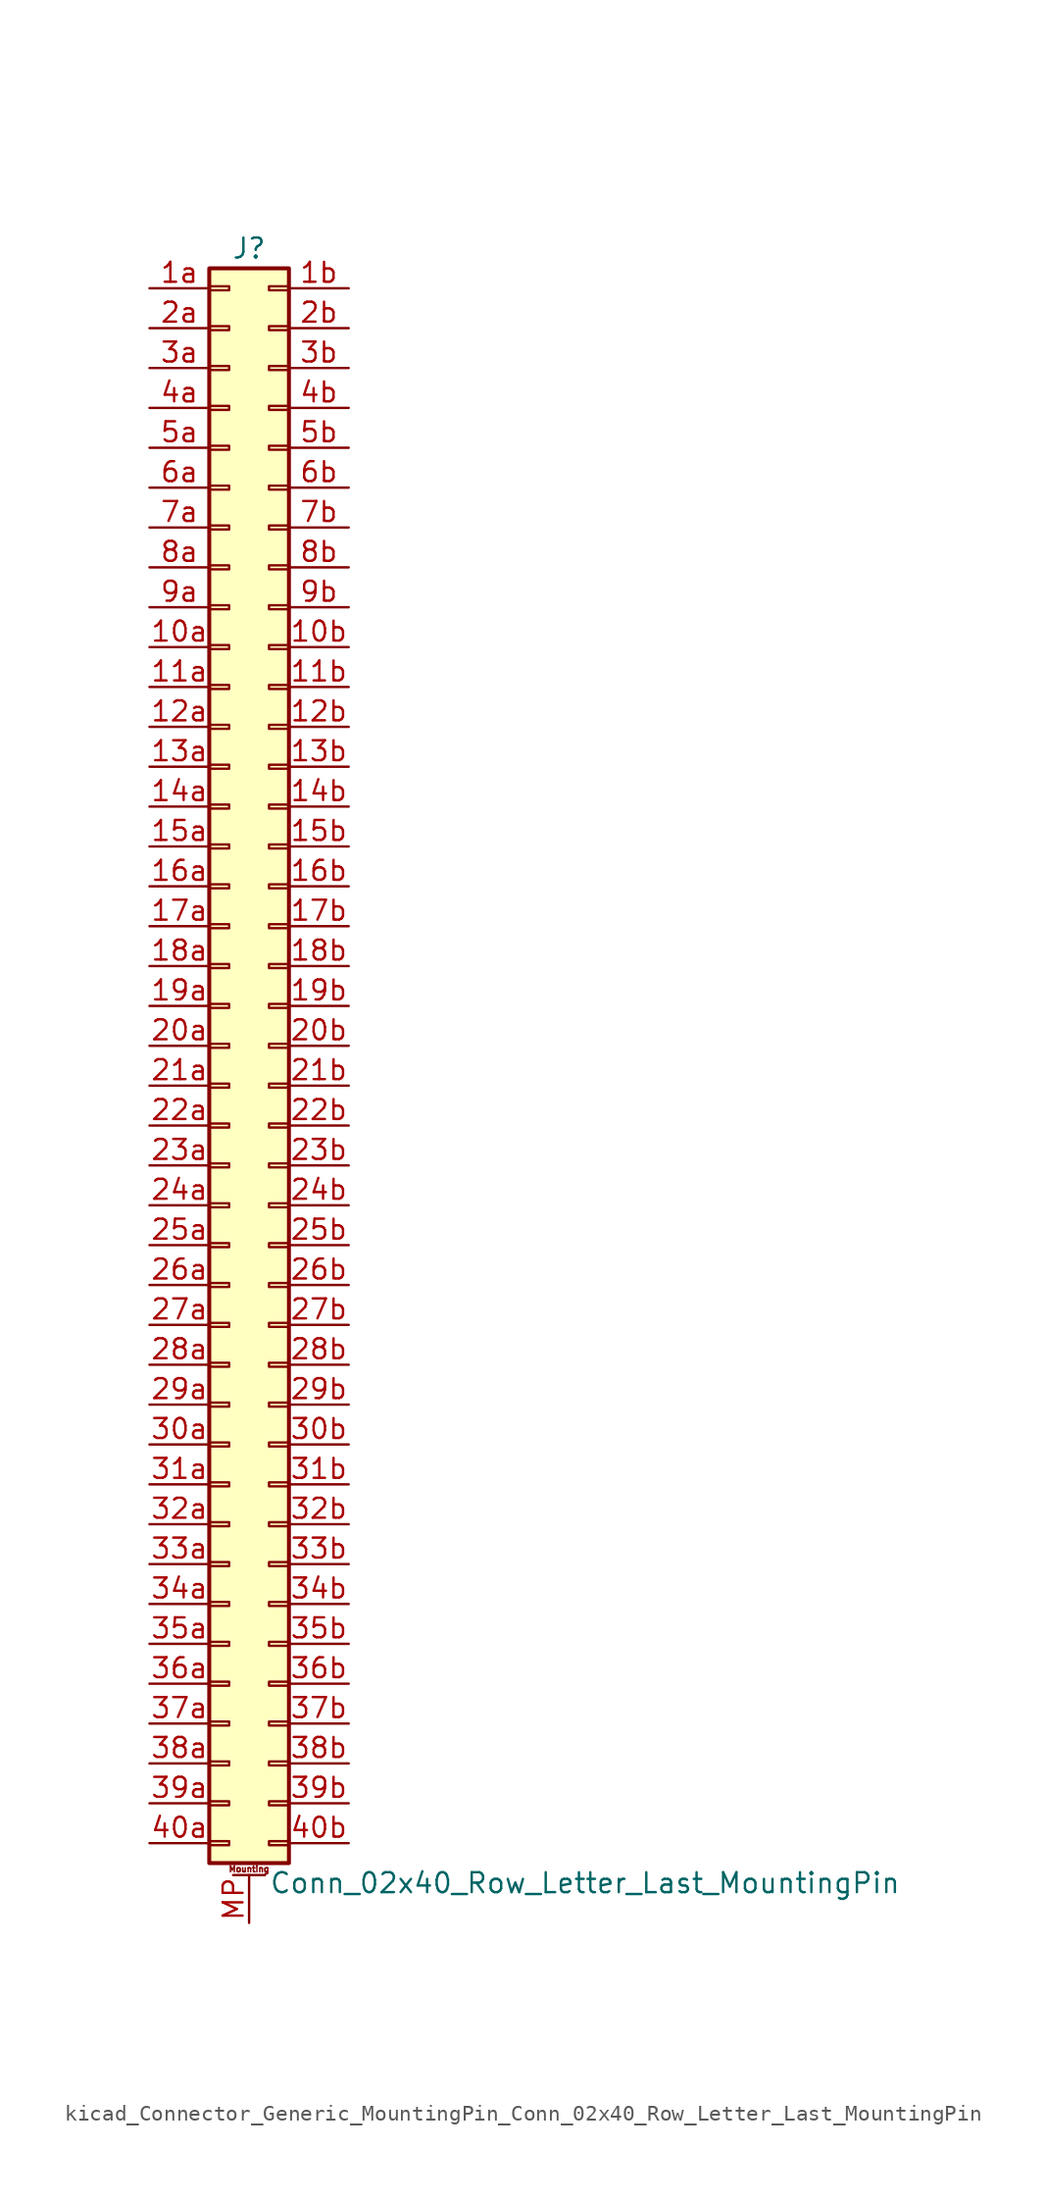
<source format=kicad_sym>
(kicad_symbol_lib
  (version 20220914)
  (generator kicad_symbol_editor)
  (symbol "kicad_Connector_Generic_MountingPin_Conn_02x40_Row_Letter_Last_MountingPin"
    (pin_names
      (offset 1.016) hide)
    (property "Reference" "J"
      (at 1.27 50.8 0)
      (effects (font (size 1.27 1.27))))
    (property "Value" "Conn_02x40_Row_Letter_Last_MountingPin"
      (at 2.54 -53.34 0)
      (effects (font (size 1.27 1.27)) (justify left)))
    (symbol "kicad_Connector_Generic_MountingPin_Conn_02x40_Row_Letter_Last_MountingPin_1_1"
      (rectangle (start -1.27 -50.673) (end 0 -50.927) (stroke (width 0.152) (type default)) (fill (type none)))
      (rectangle (start -1.27 -48.133) (end 0 -48.387) (stroke (width 0.152) (type default)) (fill (type none)))
      (rectangle (start -1.27 -45.593) (end 0 -45.847) (stroke (width 0.152) (type default)) (fill (type none)))
      (rectangle (start -1.27 -43.053) (end 0 -43.307) (stroke (width 0.152) (type default)) (fill (type none)))
      (rectangle (start -1.27 -40.513) (end 0 -40.767) (stroke (width 0.152) (type default)) (fill (type none)))
      (rectangle (start -1.27 -37.973) (end 0 -38.227) (stroke (width 0.152) (type default)) (fill (type none)))
      (rectangle (start -1.27 -35.433) (end 0 -35.687) (stroke (width 0.152) (type default)) (fill (type none)))
      (rectangle (start -1.27 -32.893) (end 0 -33.147) (stroke (width 0.152) (type default)) (fill (type none)))
      (rectangle (start -1.27 -30.353) (end 0 -30.607) (stroke (width 0.152) (type default)) (fill (type none)))
      (rectangle (start -1.27 -27.813) (end 0 -28.067) (stroke (width 0.152) (type default)) (fill (type none)))
      (rectangle (start -1.27 -25.273) (end 0 -25.527) (stroke (width 0.152) (type default)) (fill (type none)))
      (rectangle (start -1.27 -22.733) (end 0 -22.987) (stroke (width 0.152) (type default)) (fill (type none)))
      (rectangle (start -1.27 -20.193) (end 0 -20.447) (stroke (width 0.152) (type default)) (fill (type none)))
      (rectangle (start -1.27 -17.653) (end 0 -17.907) (stroke (width 0.152) (type default)) (fill (type none)))
      (rectangle (start -1.27 -15.113) (end 0 -15.367) (stroke (width 0.152) (type default)) (fill (type none)))
      (rectangle (start -1.27 -12.573) (end 0 -12.827) (stroke (width 0.152) (type default)) (fill (type none)))
      (rectangle (start -1.27 -10.033) (end 0 -10.287) (stroke (width 0.152) (type default)) (fill (type none)))
      (rectangle (start -1.27 -7.493) (end 0 -7.747) (stroke (width 0.152) (type default)) (fill (type none)))
      (rectangle (start -1.27 -4.953) (end 0 -5.207) (stroke (width 0.152) (type default)) (fill (type none)))
      (rectangle (start -1.27 -2.413) (end 0 -2.667) (stroke (width 0.152) (type default)) (fill (type none)))
      (rectangle (start -1.27 0.127) (end 0 -0.127) (stroke (width 0.152) (type default)) (fill (type none)))
      (rectangle (start -1.27 2.667) (end 0 2.413) (stroke (width 0.152) (type default)) (fill (type none)))
      (rectangle (start -1.27 5.207) (end 0 4.953) (stroke (width 0.152) (type default)) (fill (type none)))
      (rectangle (start -1.27 7.747) (end 0 7.493) (stroke (width 0.152) (type default)) (fill (type none)))
      (rectangle (start -1.27 10.287) (end 0 10.033) (stroke (width 0.152) (type default)) (fill (type none)))
      (rectangle (start -1.27 12.827) (end 0 12.573) (stroke (width 0.152) (type default)) (fill (type none)))
      (rectangle (start -1.27 15.367) (end 0 15.113) (stroke (width 0.152) (type default)) (fill (type none)))
      (rectangle (start -1.27 17.907) (end 0 17.653) (stroke (width 0.152) (type default)) (fill (type none)))
      (rectangle (start -1.27 20.447) (end 0 20.193) (stroke (width 0.152) (type default)) (fill (type none)))
      (rectangle (start -1.27 22.987) (end 0 22.733) (stroke (width 0.152) (type default)) (fill (type none)))
      (rectangle (start -1.27 25.527) (end 0 25.273) (stroke (width 0.152) (type default)) (fill (type none)))
      (rectangle (start -1.27 28.067) (end 0 27.813) (stroke (width 0.152) (type default)) (fill (type none)))
      (rectangle (start -1.27 30.607) (end 0 30.353) (stroke (width 0.152) (type default)) (fill (type none)))
      (rectangle (start -1.27 33.147) (end 0 32.893) (stroke (width 0.152) (type default)) (fill (type none)))
      (rectangle (start -1.27 35.687) (end 0 35.433) (stroke (width 0.152) (type default)) (fill (type none)))
      (rectangle (start -1.27 38.227) (end 0 37.973) (stroke (width 0.152) (type default)) (fill (type none)))
      (rectangle (start -1.27 40.767) (end 0 40.513) (stroke (width 0.152) (type default)) (fill (type none)))
      (rectangle (start -1.27 43.307) (end 0 43.053) (stroke (width 0.152) (type default)) (fill (type none)))
      (rectangle (start -1.27 45.847) (end 0 45.593) (stroke (width 0.152) (type default)) (fill (type none)))
      (rectangle (start -1.27 48.387) (end 0 48.133) (stroke (width 0.152) (type default)) (fill (type none)))
      (rectangle (start -1.27 49.53) (end 3.81 -52.07) (stroke (width 0.254) (type default)) (fill (type background)))
      (polyline (pts (xy 0.254 -52.832) (xy 2.286 -52.832)) (stroke (width 0.152) (type default)) (fill (type none)))
      (rectangle (start 3.81 -50.673) (end 2.54 -50.927) (stroke (width 0.152) (type default)) (fill (type none)))
      (rectangle (start 3.81 -48.133) (end 2.54 -48.387) (stroke (width 0.152) (type default)) (fill (type none)))
      (rectangle (start 3.81 -45.593) (end 2.54 -45.847) (stroke (width 0.152) (type default)) (fill (type none)))
      (rectangle (start 3.81 -43.053) (end 2.54 -43.307) (stroke (width 0.152) (type default)) (fill (type none)))
      (rectangle (start 3.81 -40.513) (end 2.54 -40.767) (stroke (width 0.152) (type default)) (fill (type none)))
      (rectangle (start 3.81 -37.973) (end 2.54 -38.227) (stroke (width 0.152) (type default)) (fill (type none)))
      (rectangle (start 3.81 -35.433) (end 2.54 -35.687) (stroke (width 0.152) (type default)) (fill (type none)))
      (rectangle (start 3.81 -32.893) (end 2.54 -33.147) (stroke (width 0.152) (type default)) (fill (type none)))
      (rectangle (start 3.81 -30.353) (end 2.54 -30.607) (stroke (width 0.152) (type default)) (fill (type none)))
      (rectangle (start 3.81 -27.813) (end 2.54 -28.067) (stroke (width 0.152) (type default)) (fill (type none)))
      (rectangle (start 3.81 -25.273) (end 2.54 -25.527) (stroke (width 0.152) (type default)) (fill (type none)))
      (rectangle (start 3.81 -22.733) (end 2.54 -22.987) (stroke (width 0.152) (type default)) (fill (type none)))
      (rectangle (start 3.81 -20.193) (end 2.54 -20.447) (stroke (width 0.152) (type default)) (fill (type none)))
      (rectangle (start 3.81 -17.653) (end 2.54 -17.907) (stroke (width 0.152) (type default)) (fill (type none)))
      (rectangle (start 3.81 -15.113) (end 2.54 -15.367) (stroke (width 0.152) (type default)) (fill (type none)))
      (rectangle (start 3.81 -12.573) (end 2.54 -12.827) (stroke (width 0.152) (type default)) (fill (type none)))
      (rectangle (start 3.81 -10.033) (end 2.54 -10.287) (stroke (width 0.152) (type default)) (fill (type none)))
      (rectangle (start 3.81 -7.493) (end 2.54 -7.747) (stroke (width 0.152) (type default)) (fill (type none)))
      (rectangle (start 3.81 -4.953) (end 2.54 -5.207) (stroke (width 0.152) (type default)) (fill (type none)))
      (rectangle (start 3.81 -2.413) (end 2.54 -2.667) (stroke (width 0.152) (type default)) (fill (type none)))
      (rectangle (start 3.81 0.127) (end 2.54 -0.127) (stroke (width 0.152) (type default)) (fill (type none)))
      (rectangle (start 3.81 2.667) (end 2.54 2.413) (stroke (width 0.152) (type default)) (fill (type none)))
      (rectangle (start 3.81 5.207) (end 2.54 4.953) (stroke (width 0.152) (type default)) (fill (type none)))
      (rectangle (start 3.81 7.747) (end 2.54 7.493) (stroke (width 0.152) (type default)) (fill (type none)))
      (rectangle (start 3.81 10.287) (end 2.54 10.033) (stroke (width 0.152) (type default)) (fill (type none)))
      (rectangle (start 3.81 12.827) (end 2.54 12.573) (stroke (width 0.152) (type default)) (fill (type none)))
      (rectangle (start 3.81 15.367) (end 2.54 15.113) (stroke (width 0.152) (type default)) (fill (type none)))
      (rectangle (start 3.81 17.907) (end 2.54 17.653) (stroke (width 0.152) (type default)) (fill (type none)))
      (rectangle (start 3.81 20.447) (end 2.54 20.193) (stroke (width 0.152) (type default)) (fill (type none)))
      (rectangle (start 3.81 22.987) (end 2.54 22.733) (stroke (width 0.152) (type default)) (fill (type none)))
      (rectangle (start 3.81 25.527) (end 2.54 25.273) (stroke (width 0.152) (type default)) (fill (type none)))
      (rectangle (start 3.81 28.067) (end 2.54 27.813) (stroke (width 0.152) (type default)) (fill (type none)))
      (rectangle (start 3.81 30.607) (end 2.54 30.353) (stroke (width 0.152) (type default)) (fill (type none)))
      (rectangle (start 3.81 33.147) (end 2.54 32.893) (stroke (width 0.152) (type default)) (fill (type none)))
      (rectangle (start 3.81 35.687) (end 2.54 35.433) (stroke (width 0.152) (type default)) (fill (type none)))
      (rectangle (start 3.81 38.227) (end 2.54 37.973) (stroke (width 0.152) (type default)) (fill (type none)))
      (rectangle (start 3.81 40.767) (end 2.54 40.513) (stroke (width 0.152) (type default)) (fill (type none)))
      (rectangle (start 3.81 43.307) (end 2.54 43.053) (stroke (width 0.152) (type default)) (fill (type none)))
      (rectangle (start 3.81 45.847) (end 2.54 45.593) (stroke (width 0.152) (type default)) (fill (type none)))
      (rectangle (start 3.81 48.387) (end 2.54 48.133) (stroke (width 0.152) (type default)) (fill (type none)))
      (text "Mounting" (at 1.27 -52.451 0) (effects (font (size 0.381 0.381))))
      (pin passive line (at -5.08 25.4 0) (length 3.81) (name "Pin_10a" (effects (font (size 1.27 1.27)))) (number "10a" (effects (font (size 1.27 1.27)))))
      (pin passive line (at 7.62 25.4 180) (length 3.81) (name "Pin_10b" (effects (font (size 1.27 1.27)))) (number "10b" (effects (font (size 1.27 1.27)))))
      (pin passive line (at -5.08 22.86 0) (length 3.81) (name "Pin_11a" (effects (font (size 1.27 1.27)))) (number "11a" (effects (font (size 1.27 1.27)))))
      (pin passive line (at 7.62 22.86 180) (length 3.81) (name "Pin_11b" (effects (font (size 1.27 1.27)))) (number "11b" (effects (font (size 1.27 1.27)))))
      (pin passive line (at -5.08 20.32 0) (length 3.81) (name "Pin_12a" (effects (font (size 1.27 1.27)))) (number "12a" (effects (font (size 1.27 1.27)))))
      (pin passive line (at 7.62 20.32 180) (length 3.81) (name "Pin_12b" (effects (font (size 1.27 1.27)))) (number "12b" (effects (font (size 1.27 1.27)))))
      (pin passive line (at -5.08 17.78 0) (length 3.81) (name "Pin_13a" (effects (font (size 1.27 1.27)))) (number "13a" (effects (font (size 1.27 1.27)))))
      (pin passive line (at 7.62 17.78 180) (length 3.81) (name "Pin_13b" (effects (font (size 1.27 1.27)))) (number "13b" (effects (font (size 1.27 1.27)))))
      (pin passive line (at -5.08 15.24 0) (length 3.81) (name "Pin_14a" (effects (font (size 1.27 1.27)))) (number "14a" (effects (font (size 1.27 1.27)))))
      (pin passive line (at 7.62 15.24 180) (length 3.81) (name "Pin_14b" (effects (font (size 1.27 1.27)))) (number "14b" (effects (font (size 1.27 1.27)))))
      (pin passive line (at -5.08 12.7 0) (length 3.81) (name "Pin_15a" (effects (font (size 1.27 1.27)))) (number "15a" (effects (font (size 1.27 1.27)))))
      (pin passive line (at 7.62 12.7 180) (length 3.81) (name "Pin_15b" (effects (font (size 1.27 1.27)))) (number "15b" (effects (font (size 1.27 1.27)))))
      (pin passive line (at -5.08 10.16 0) (length 3.81) (name "Pin_16a" (effects (font (size 1.27 1.27)))) (number "16a" (effects (font (size 1.27 1.27)))))
      (pin passive line (at 7.62 10.16 180) (length 3.81) (name "Pin_16b" (effects (font (size 1.27 1.27)))) (number "16b" (effects (font (size 1.27 1.27)))))
      (pin passive line (at -5.08 7.62 0) (length 3.81) (name "Pin_17a" (effects (font (size 1.27 1.27)))) (number "17a" (effects (font (size 1.27 1.27)))))
      (pin passive line (at 7.62 7.62 180) (length 3.81) (name "Pin_17b" (effects (font (size 1.27 1.27)))) (number "17b" (effects (font (size 1.27 1.27)))))
      (pin passive line (at -5.08 5.08 0) (length 3.81) (name "Pin_18a" (effects (font (size 1.27 1.27)))) (number "18a" (effects (font (size 1.27 1.27)))))
      (pin passive line (at 7.62 5.08 180) (length 3.81) (name "Pin_18b" (effects (font (size 1.27 1.27)))) (number "18b" (effects (font (size 1.27 1.27)))))
      (pin passive line (at -5.08 2.54 0) (length 3.81) (name "Pin_19a" (effects (font (size 1.27 1.27)))) (number "19a" (effects (font (size 1.27 1.27)))))
      (pin passive line (at 7.62 2.54 180) (length 3.81) (name "Pin_19b" (effects (font (size 1.27 1.27)))) (number "19b" (effects (font (size 1.27 1.27)))))
      (pin passive line (at -5.08 48.26 0) (length 3.81) (name "Pin_1a" (effects (font (size 1.27 1.27)))) (number "1a" (effects (font (size 1.27 1.27)))))
      (pin passive line (at 7.62 48.26 180) (length 3.81) (name "Pin_1b" (effects (font (size 1.27 1.27)))) (number "1b" (effects (font (size 1.27 1.27)))))
      (pin passive line (at -5.08 0 0) (length 3.81) (name "Pin_20a" (effects (font (size 1.27 1.27)))) (number "20a" (effects (font (size 1.27 1.27)))))
      (pin passive line (at 7.62 0 180) (length 3.81) (name "Pin_20b" (effects (font (size 1.27 1.27)))) (number "20b" (effects (font (size 1.27 1.27)))))
      (pin passive line (at -5.08 -2.54 0) (length 3.81) (name "Pin_21a" (effects (font (size 1.27 1.27)))) (number "21a" (effects (font (size 1.27 1.27)))))
      (pin passive line (at 7.62 -2.54 180) (length 3.81) (name "Pin_21b" (effects (font (size 1.27 1.27)))) (number "21b" (effects (font (size 1.27 1.27)))))
      (pin passive line (at -5.08 -5.08 0) (length 3.81) (name "Pin_22a" (effects (font (size 1.27 1.27)))) (number "22a" (effects (font (size 1.27 1.27)))))
      (pin passive line (at 7.62 -5.08 180) (length 3.81) (name "Pin_22b" (effects (font (size 1.27 1.27)))) (number "22b" (effects (font (size 1.27 1.27)))))
      (pin passive line (at -5.08 -7.62 0) (length 3.81) (name "Pin_23a" (effects (font (size 1.27 1.27)))) (number "23a" (effects (font (size 1.27 1.27)))))
      (pin passive line (at 7.62 -7.62 180) (length 3.81) (name "Pin_23b" (effects (font (size 1.27 1.27)))) (number "23b" (effects (font (size 1.27 1.27)))))
      (pin passive line (at -5.08 -10.16 0) (length 3.81) (name "Pin_24a" (effects (font (size 1.27 1.27)))) (number "24a" (effects (font (size 1.27 1.27)))))
      (pin passive line (at 7.62 -10.16 180) (length 3.81) (name "Pin_24b" (effects (font (size 1.27 1.27)))) (number "24b" (effects (font (size 1.27 1.27)))))
      (pin passive line (at -5.08 -12.7 0) (length 3.81) (name "Pin_25a" (effects (font (size 1.27 1.27)))) (number "25a" (effects (font (size 1.27 1.27)))))
      (pin passive line (at 7.62 -12.7 180) (length 3.81) (name "Pin_25b" (effects (font (size 1.27 1.27)))) (number "25b" (effects (font (size 1.27 1.27)))))
      (pin passive line (at -5.08 -15.24 0) (length 3.81) (name "Pin_26a" (effects (font (size 1.27 1.27)))) (number "26a" (effects (font (size 1.27 1.27)))))
      (pin passive line (at 7.62 -15.24 180) (length 3.81) (name "Pin_26b" (effects (font (size 1.27 1.27)))) (number "26b" (effects (font (size 1.27 1.27)))))
      (pin passive line (at -5.08 -17.78 0) (length 3.81) (name "Pin_27a" (effects (font (size 1.27 1.27)))) (number "27a" (effects (font (size 1.27 1.27)))))
      (pin passive line (at 7.62 -17.78 180) (length 3.81) (name "Pin_27b" (effects (font (size 1.27 1.27)))) (number "27b" (effects (font (size 1.27 1.27)))))
      (pin passive line (at -5.08 -20.32 0) (length 3.81) (name "Pin_28a" (effects (font (size 1.27 1.27)))) (number "28a" (effects (font (size 1.27 1.27)))))
      (pin passive line (at 7.62 -20.32 180) (length 3.81) (name "Pin_28b" (effects (font (size 1.27 1.27)))) (number "28b" (effects (font (size 1.27 1.27)))))
      (pin passive line (at -5.08 -22.86 0) (length 3.81) (name "Pin_29a" (effects (font (size 1.27 1.27)))) (number "29a" (effects (font (size 1.27 1.27)))))
      (pin passive line (at 7.62 -22.86 180) (length 3.81) (name "Pin_29b" (effects (font (size 1.27 1.27)))) (number "29b" (effects (font (size 1.27 1.27)))))
      (pin passive line (at -5.08 45.72 0) (length 3.81) (name "Pin_2a" (effects (font (size 1.27 1.27)))) (number "2a" (effects (font (size 1.27 1.27)))))
      (pin passive line (at 7.62 45.72 180) (length 3.81) (name "Pin_2b" (effects (font (size 1.27 1.27)))) (number "2b" (effects (font (size 1.27 1.27)))))
      (pin passive line (at -5.08 -25.4 0) (length 3.81) (name "Pin_30a" (effects (font (size 1.27 1.27)))) (number "30a" (effects (font (size 1.27 1.27)))))
      (pin passive line (at 7.62 -25.4 180) (length 3.81) (name "Pin_30b" (effects (font (size 1.27 1.27)))) (number "30b" (effects (font (size 1.27 1.27)))))
      (pin passive line (at -5.08 -27.94 0) (length 3.81) (name "Pin_31a" (effects (font (size 1.27 1.27)))) (number "31a" (effects (font (size 1.27 1.27)))))
      (pin passive line (at 7.62 -27.94 180) (length 3.81) (name "Pin_31b" (effects (font (size 1.27 1.27)))) (number "31b" (effects (font (size 1.27 1.27)))))
      (pin passive line (at -5.08 -30.48 0) (length 3.81) (name "Pin_32a" (effects (font (size 1.27 1.27)))) (number "32a" (effects (font (size 1.27 1.27)))))
      (pin passive line (at 7.62 -30.48 180) (length 3.81) (name "Pin_32b" (effects (font (size 1.27 1.27)))) (number "32b" (effects (font (size 1.27 1.27)))))
      (pin passive line (at -5.08 -33.02 0) (length 3.81) (name "Pin_33a" (effects (font (size 1.27 1.27)))) (number "33a" (effects (font (size 1.27 1.27)))))
      (pin passive line (at 7.62 -33.02 180) (length 3.81) (name "Pin_33b" (effects (font (size 1.27 1.27)))) (number "33b" (effects (font (size 1.27 1.27)))))
      (pin passive line (at -5.08 -35.56 0) (length 3.81) (name "Pin_34a" (effects (font (size 1.27 1.27)))) (number "34a" (effects (font (size 1.27 1.27)))))
      (pin passive line (at 7.62 -35.56 180) (length 3.81) (name "Pin_34b" (effects (font (size 1.27 1.27)))) (number "34b" (effects (font (size 1.27 1.27)))))
      (pin passive line (at -5.08 -38.1 0) (length 3.81) (name "Pin_35a" (effects (font (size 1.27 1.27)))) (number "35a" (effects (font (size 1.27 1.27)))))
      (pin passive line (at 7.62 -38.1 180) (length 3.81) (name "Pin_35b" (effects (font (size 1.27 1.27)))) (number "35b" (effects (font (size 1.27 1.27)))))
      (pin passive line (at -5.08 -40.64 0) (length 3.81) (name "Pin_36a" (effects (font (size 1.27 1.27)))) (number "36a" (effects (font (size 1.27 1.27)))))
      (pin passive line (at 7.62 -40.64 180) (length 3.81) (name "Pin_36b" (effects (font (size 1.27 1.27)))) (number "36b" (effects (font (size 1.27 1.27)))))
      (pin passive line (at -5.08 -43.18 0) (length 3.81) (name "Pin_37a" (effects (font (size 1.27 1.27)))) (number "37a" (effects (font (size 1.27 1.27)))))
      (pin passive line (at 7.62 -43.18 180) (length 3.81) (name "Pin_37b" (effects (font (size 1.27 1.27)))) (number "37b" (effects (font (size 1.27 1.27)))))
      (pin passive line (at -5.08 -45.72 0) (length 3.81) (name "Pin_38a" (effects (font (size 1.27 1.27)))) (number "38a" (effects (font (size 1.27 1.27)))))
      (pin passive line (at 7.62 -45.72 180) (length 3.81) (name "Pin_38b" (effects (font (size 1.27 1.27)))) (number "38b" (effects (font (size 1.27 1.27)))))
      (pin passive line (at -5.08 -48.26 0) (length 3.81) (name "Pin_39a" (effects (font (size 1.27 1.27)))) (number "39a" (effects (font (size 1.27 1.27)))))
      (pin passive line (at 7.62 -48.26 180) (length 3.81) (name "Pin_39b" (effects (font (size 1.27 1.27)))) (number "39b" (effects (font (size 1.27 1.27)))))
      (pin passive line (at -5.08 43.18 0) (length 3.81) (name "Pin_3a" (effects (font (size 1.27 1.27)))) (number "3a" (effects (font (size 1.27 1.27)))))
      (pin passive line (at 7.62 43.18 180) (length 3.81) (name "Pin_3b" (effects (font (size 1.27 1.27)))) (number "3b" (effects (font (size 1.27 1.27)))))
      (pin passive line (at -5.08 -50.8 0) (length 3.81) (name "Pin_40a" (effects (font (size 1.27 1.27)))) (number "40a" (effects (font (size 1.27 1.27)))))
      (pin passive line (at 7.62 -50.8 180) (length 3.81) (name "Pin_40b" (effects (font (size 1.27 1.27)))) (number "40b" (effects (font (size 1.27 1.27)))))
      (pin passive line (at -5.08 40.64 0) (length 3.81) (name "Pin_4a" (effects (font (size 1.27 1.27)))) (number "4a" (effects (font (size 1.27 1.27)))))
      (pin passive line (at 7.62 40.64 180) (length 3.81) (name "Pin_4b" (effects (font (size 1.27 1.27)))) (number "4b" (effects (font (size 1.27 1.27)))))
      (pin passive line (at -5.08 38.1 0) (length 3.81) (name "Pin_5a" (effects (font (size 1.27 1.27)))) (number "5a" (effects (font (size 1.27 1.27)))))
      (pin passive line (at 7.62 38.1 180) (length 3.81) (name "Pin_5b" (effects (font (size 1.27 1.27)))) (number "5b" (effects (font (size 1.27 1.27)))))
      (pin passive line (at -5.08 35.56 0) (length 3.81) (name "Pin_6a" (effects (font (size 1.27 1.27)))) (number "6a" (effects (font (size 1.27 1.27)))))
      (pin passive line (at 7.62 35.56 180) (length 3.81) (name "Pin_6b" (effects (font (size 1.27 1.27)))) (number "6b" (effects (font (size 1.27 1.27)))))
      (pin passive line (at -5.08 33.02 0) (length 3.81) (name "Pin_7a" (effects (font (size 1.27 1.27)))) (number "7a" (effects (font (size 1.27 1.27)))))
      (pin passive line (at 7.62 33.02 180) (length 3.81) (name "Pin_7b" (effects (font (size 1.27 1.27)))) (number "7b" (effects (font (size 1.27 1.27)))))
      (pin passive line (at -5.08 30.48 0) (length 3.81) (name "Pin_8a" (effects (font (size 1.27 1.27)))) (number "8a" (effects (font (size 1.27 1.27)))))
      (pin passive line (at 7.62 30.48 180) (length 3.81) (name "Pin_8b" (effects (font (size 1.27 1.27)))) (number "8b" (effects (font (size 1.27 1.27)))))
      (pin passive line (at -5.08 27.94 0) (length 3.81) (name "Pin_9a" (effects (font (size 1.27 1.27)))) (number "9a" (effects (font (size 1.27 1.27)))))
      (pin passive line (at 7.62 27.94 180) (length 3.81) (name "Pin_9b" (effects (font (size 1.27 1.27)))) (number "9b" (effects (font (size 1.27 1.27)))))
      (pin passive line (at 1.27 -55.88 90) (length 3.048) (name "MountPin" (effects (font (size 1.27 1.27)))) (number "MP" (effects (font (size 1.27 1.27))))))))
</source>
